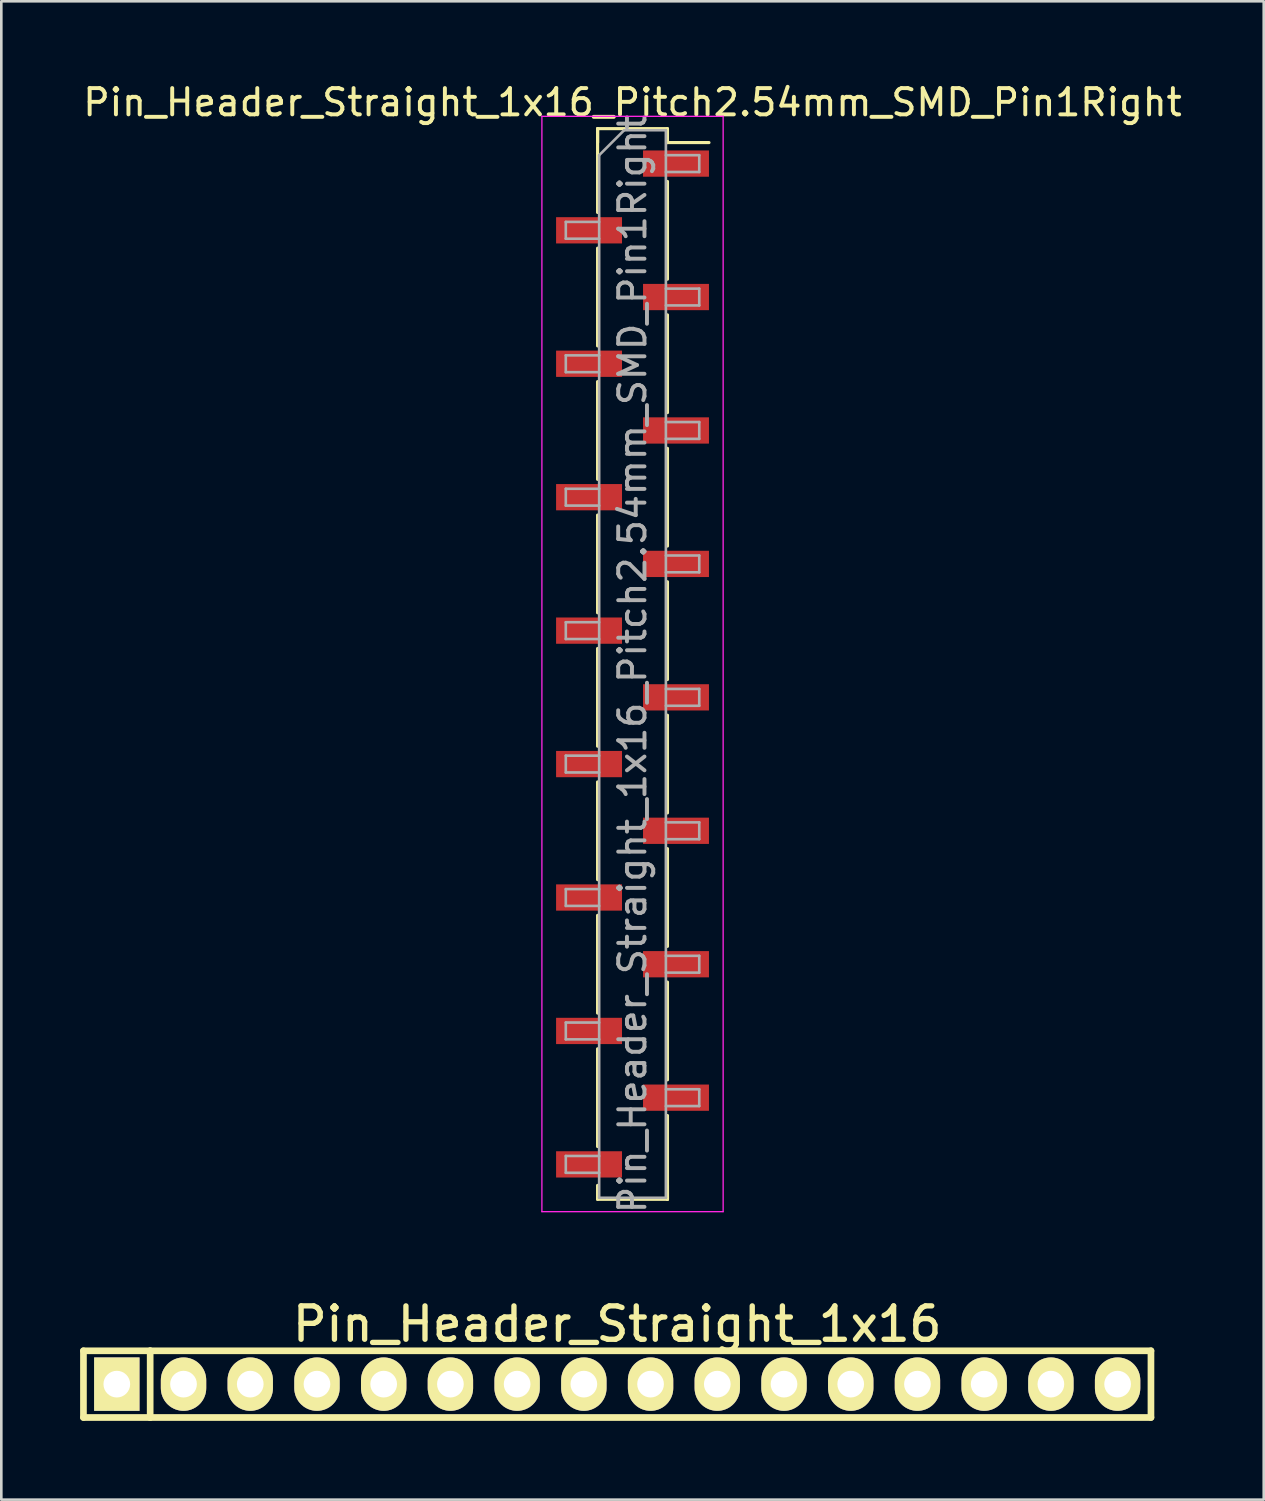
<source format=kicad_pcb>
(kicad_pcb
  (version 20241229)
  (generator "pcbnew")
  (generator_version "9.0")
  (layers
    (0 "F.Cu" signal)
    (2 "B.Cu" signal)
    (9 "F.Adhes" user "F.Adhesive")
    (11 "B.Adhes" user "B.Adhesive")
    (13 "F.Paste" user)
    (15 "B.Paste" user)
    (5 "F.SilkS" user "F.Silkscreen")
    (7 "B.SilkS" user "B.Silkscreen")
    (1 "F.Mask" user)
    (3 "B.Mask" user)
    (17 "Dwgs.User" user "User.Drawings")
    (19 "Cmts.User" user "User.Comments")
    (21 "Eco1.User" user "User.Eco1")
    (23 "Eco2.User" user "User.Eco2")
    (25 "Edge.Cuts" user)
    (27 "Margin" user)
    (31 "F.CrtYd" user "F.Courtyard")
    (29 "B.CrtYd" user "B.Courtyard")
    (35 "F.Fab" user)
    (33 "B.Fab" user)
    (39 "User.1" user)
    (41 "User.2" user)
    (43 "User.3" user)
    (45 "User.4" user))
  (footprint "Pin_Header_Straight_1x16_Pitch2.54mm_SMD_Pin1Right"
    (layer "F.Cu")
    (at 21.03 22.228)
    (property "Reference" "Pin_Header_Straight_1x16_Pitch2.54mm_SMD_Pin1Right" (at 0 -21.38 0) (layer "F.SilkS") (effects (font (size 1 1) (thickness 0.15))))
    (attr smd)
    (fp_line (start -1.33 -20.38) (end -1.33 -17.19) (stroke (width 0.12) (type solid)) (layer "F.SilkS"))
    (fp_line (start -1.33 -20.38) (end 1.33 -20.38) (stroke (width 0.12) (type solid)) (layer "F.SilkS"))
    (fp_line (start -1.33 -19.85) (end -1.33 -20.38) (stroke (width 0.12) (type solid)) (layer "F.SilkS"))
    (fp_line (start -1.33 -15.83) (end -1.33 -12.11) (stroke (width 0.12) (type solid)) (layer "F.SilkS"))
    (fp_line (start -1.33 -10.75) (end -1.33 -7.03) (stroke (width 0.12) (type solid)) (layer "F.SilkS"))
    (fp_line (start -1.33 -5.67) (end -1.33 -1.95) (stroke (width 0.12) (type solid)) (layer "F.SilkS"))
    (fp_line (start -1.33 -0.59) (end -1.33 3.13) (stroke (width 0.12) (type solid)) (layer "F.SilkS"))
    (fp_line (start -1.33 4.49) (end -1.33 8.21) (stroke (width 0.12) (type solid)) (layer "F.SilkS"))
    (fp_line (start -1.33 9.57) (end -1.33 13.29) (stroke (width 0.12) (type solid)) (layer "F.SilkS"))
    (fp_line (start -1.33 14.65) (end -1.33 18.37) (stroke (width 0.12) (type solid)) (layer "F.SilkS"))
    (fp_line (start -1.33 19.85) (end -1.33 20.38) (stroke (width 0.12) (type solid)) (layer "F.SilkS"))
    (fp_line (start -1.33 20.38) (end 1.33 20.38) (stroke (width 0.12) (type solid)) (layer "F.SilkS"))
    (fp_line (start 1.33 -20.38) (end 1.33 -19.85) (stroke (width 0.12) (type solid)) (layer "F.SilkS"))
    (fp_line (start 1.33 -19.85) (end 2.91 -19.85) (stroke (width 0.12) (type solid)) (layer "F.SilkS"))
    (fp_line (start 1.33 -18.37) (end 1.33 -14.65) (stroke (width 0.12) (type solid)) (layer "F.SilkS"))
    (fp_line (start 1.33 -13.29) (end 1.33 -9.57) (stroke (width 0.12) (type solid)) (layer "F.SilkS"))
    (fp_line (start 1.33 -8.21) (end 1.33 -4.49) (stroke (width 0.12) (type solid)) (layer "F.SilkS"))
    (fp_line (start 1.33 -3.13) (end 1.33 0.59) (stroke (width 0.12) (type solid)) (layer "F.SilkS"))
    (fp_line (start 1.33 1.95) (end 1.33 5.67) (stroke (width 0.12) (type solid)) (layer "F.SilkS"))
    (fp_line (start 1.33 7.03) (end 1.33 10.75) (stroke (width 0.12) (type solid)) (layer "F.SilkS"))
    (fp_line (start 1.33 12.11) (end 1.33 15.83) (stroke (width 0.12) (type solid)) (layer "F.SilkS"))
    (fp_line (start 1.33 17.19) (end 1.33 20.38) (stroke (width 0.12) (type solid)) (layer "F.SilkS"))
    (fp_line (start 1.33 20.38) (end 1.33 19.85) (stroke (width 0.12) (type solid)) (layer "F.SilkS"))
    (fp_line (start -3.45 -20.85) (end -3.45 20.85) (stroke (width 0.05) (type solid)) (layer "F.CrtYd"))
    (fp_line (start -3.45 20.85) (end 3.45 20.85) (stroke (width 0.05) (type solid)) (layer "F.CrtYd"))
    (fp_line (start 3.45 -20.85) (end -3.45 -20.85) (stroke (width 0.05) (type solid)) (layer "F.CrtYd"))
    (fp_line (start 3.45 20.85) (end 3.45 -20.85) (stroke (width 0.05) (type solid)) (layer "F.CrtYd"))
    (fp_line (start -2.54 -16.83) (end -2.54 -16.19) (stroke (width 0.1) (type solid)) (layer "F.Fab"))
    (fp_line (start -2.54 -16.19) (end -1.27 -16.19) (stroke (width 0.1) (type solid)) (layer "F.Fab"))
    (fp_line (start -2.54 -11.75) (end -2.54 -11.11) (stroke (width 0.1) (type solid)) (layer "F.Fab"))
    (fp_line (start -2.54 -11.11) (end -1.27 -11.11) (stroke (width 0.1) (type solid)) (layer "F.Fab"))
    (fp_line (start -2.54 -6.67) (end -2.54 -6.03) (stroke (width 0.1) (type solid)) (layer "F.Fab"))
    (fp_line (start -2.54 -6.03) (end -1.27 -6.03) (stroke (width 0.1) (type solid)) (layer "F.Fab"))
    (fp_line (start -2.54 -1.59) (end -2.54 -0.95) (stroke (width 0.1) (type solid)) (layer "F.Fab"))
    (fp_line (start -2.54 -0.95) (end -1.27 -0.95) (stroke (width 0.1) (type solid)) (layer "F.Fab"))
    (fp_line (start -2.54 3.49) (end -2.54 4.13) (stroke (width 0.1) (type solid)) (layer "F.Fab"))
    (fp_line (start -2.54 4.13) (end -1.27 4.13) (stroke (width 0.1) (type solid)) (layer "F.Fab"))
    (fp_line (start -2.54 8.57) (end -2.54 9.21) (stroke (width 0.1) (type solid)) (layer "F.Fab"))
    (fp_line (start -2.54 9.21) (end -1.27 9.21) (stroke (width 0.1) (type solid)) (layer "F.Fab"))
    (fp_line (start -2.54 13.65) (end -2.54 14.29) (stroke (width 0.1) (type solid)) (layer "F.Fab"))
    (fp_line (start -2.54 14.29) (end -1.27 14.29) (stroke (width 0.1) (type solid)) (layer "F.Fab"))
    (fp_line (start -2.54 18.73) (end -2.54 19.37) (stroke (width 0.1) (type solid)) (layer "F.Fab"))
    (fp_line (start -2.54 19.37) (end -1.27 19.37) (stroke (width 0.1) (type solid)) (layer "F.Fab"))
    (fp_line (start -1.27 -19.37) (end -0.32 -20.32) (stroke (width 0.1) (type solid)) (layer "F.Fab"))
    (fp_line (start -1.27 -16.83) (end -2.54 -16.83) (stroke (width 0.1) (type solid)) (layer "F.Fab"))
    (fp_line (start -1.27 -11.75) (end -2.54 -11.75) (stroke (width 0.1) (type solid)) (layer "F.Fab"))
    (fp_line (start -1.27 -6.67) (end -2.54 -6.67) (stroke (width 0.1) (type solid)) (layer "F.Fab"))
    (fp_line (start -1.27 -1.59) (end -2.54 -1.59) (stroke (width 0.1) (type solid)) (layer "F.Fab"))
    (fp_line (start -1.27 3.49) (end -2.54 3.49) (stroke (width 0.1) (type solid)) (layer "F.Fab"))
    (fp_line (start -1.27 8.57) (end -2.54 8.57) (stroke (width 0.1) (type solid)) (layer "F.Fab"))
    (fp_line (start -1.27 13.65) (end -2.54 13.65) (stroke (width 0.1) (type solid)) (layer "F.Fab"))
    (fp_line (start -1.27 18.73) (end -2.54 18.73) (stroke (width 0.1) (type solid)) (layer "F.Fab"))
    (fp_line (start -1.27 20.32) (end -1.27 -19.37) (stroke (width 0.1) (type solid)) (layer "F.Fab"))
    (fp_line (start -0.32 -20.32) (end 1.27 -20.32) (stroke (width 0.1) (type solid)) (layer "F.Fab"))
    (fp_line (start 1.27 -20.32) (end 1.27 20.32) (stroke (width 0.1) (type solid)) (layer "F.Fab"))
    (fp_line (start 1.27 -19.37) (end 2.54 -19.37) (stroke (width 0.1) (type solid)) (layer "F.Fab"))
    (fp_line (start 1.27 -14.29) (end 2.54 -14.29) (stroke (width 0.1) (type solid)) (layer "F.Fab"))
    (fp_line (start 1.27 -9.21) (end 2.54 -9.21) (stroke (width 0.1) (type solid)) (layer "F.Fab"))
    (fp_line (start 1.27 -4.13) (end 2.54 -4.13) (stroke (width 0.1) (type solid)) (layer "F.Fab"))
    (fp_line (start 1.27 0.95) (end 2.54 0.95) (stroke (width 0.1) (type solid)) (layer "F.Fab"))
    (fp_line (start 1.27 6.03) (end 2.54 6.03) (stroke (width 0.1) (type solid)) (layer "F.Fab"))
    (fp_line (start 1.27 11.11) (end 2.54 11.11) (stroke (width 0.1) (type solid)) (layer "F.Fab"))
    (fp_line (start 1.27 16.19) (end 2.54 16.19) (stroke (width 0.1) (type solid)) (layer "F.Fab"))
    (fp_line (start 1.27 20.32) (end -1.27 20.32) (stroke (width 0.1) (type solid)) (layer "F.Fab"))
    (fp_line (start 2.54 -19.37) (end 2.54 -18.73) (stroke (width 0.1) (type solid)) (layer "F.Fab"))
    (fp_line (start 2.54 -18.73) (end 1.27 -18.73) (stroke (width 0.1) (type solid)) (layer "F.Fab"))
    (fp_line (start 2.54 -14.29) (end 2.54 -13.65) (stroke (width 0.1) (type solid)) (layer "F.Fab"))
    (fp_line (start 2.54 -13.65) (end 1.27 -13.65) (stroke (width 0.1) (type solid)) (layer "F.Fab"))
    (fp_line (start 2.54 -9.21) (end 2.54 -8.57) (stroke (width 0.1) (type solid)) (layer "F.Fab"))
    (fp_line (start 2.54 -8.57) (end 1.27 -8.57) (stroke (width 0.1) (type solid)) (layer "F.Fab"))
    (fp_line (start 2.54 -4.13) (end 2.54 -3.49) (stroke (width 0.1) (type solid)) (layer "F.Fab"))
    (fp_line (start 2.54 -3.49) (end 1.27 -3.49) (stroke (width 0.1) (type solid)) (layer "F.Fab"))
    (fp_line (start 2.54 0.95) (end 2.54 1.59) (stroke (width 0.1) (type solid)) (layer "F.Fab"))
    (fp_line (start 2.54 1.59) (end 1.27 1.59) (stroke (width 0.1) (type solid)) (layer "F.Fab"))
    (fp_line (start 2.54 6.03) (end 2.54 6.67) (stroke (width 0.1) (type solid)) (layer "F.Fab"))
    (fp_line (start 2.54 6.67) (end 1.27 6.67) (stroke (width 0.1) (type solid)) (layer "F.Fab"))
    (fp_line (start 2.54 11.11) (end 2.54 11.75) (stroke (width 0.1) (type solid)) (layer "F.Fab"))
    (fp_line (start 2.54 11.75) (end 1.27 11.75) (stroke (width 0.1) (type solid)) (layer "F.Fab"))
    (fp_line (start 2.54 16.19) (end 2.54 16.83) (stroke (width 0.1) (type solid)) (layer "F.Fab"))
    (fp_line (start 2.54 16.83) (end 1.27 16.83) (stroke (width 0.1) (type solid)) (layer "F.Fab"))
    (fp_text user "${REFERENCE}" (at 0 0 90) (layer "F.Fab") (effects (font (size 1 1) (thickness 0.15))))
    (pad "1" smd rect (at 1.655 -19.05) (size 2.51 1) (layers "F.Cu" "F.Mask" "F.Paste"))
    (pad "2" smd rect (at -1.655 -16.51) (size 2.51 1) (layers "F.Cu" "F.Mask" "F.Paste"))
    (pad "3" smd rect (at 1.655 -13.97) (size 2.51 1) (layers "F.Cu" "F.Mask" "F.Paste"))
    (pad "4" smd rect (at -1.655 -11.43) (size 2.51 1) (layers "F.Cu" "F.Mask" "F.Paste"))
    (pad "5" smd rect (at 1.655 -8.89) (size 2.51 1) (layers "F.Cu" "F.Mask" "F.Paste"))
    (pad "6" smd rect (at -1.655 -6.35) (size 2.51 1) (layers "F.Cu" "F.Mask" "F.Paste"))
    (pad "7" smd rect (at 1.655 -3.81) (size 2.51 1) (layers "F.Cu" "F.Mask" "F.Paste"))
    (pad "8" smd rect (at -1.655 -1.27) (size 2.51 1) (layers "F.Cu" "F.Mask" "F.Paste"))
    (pad "9" smd rect (at 1.655 1.27) (size 2.51 1) (layers "F.Cu" "F.Mask" "F.Paste"))
    (pad "10" smd rect (at -1.655 3.81) (size 2.51 1) (layers "F.Cu" "F.Mask" "F.Paste"))
    (pad "11" smd rect (at 1.655 6.35) (size 2.51 1) (layers "F.Cu" "F.Mask" "F.Paste"))
    (pad "12" smd rect (at -1.655 8.89) (size 2.51 1) (layers "F.Cu" "F.Mask" "F.Paste"))
    (pad "13" smd rect (at 1.655 11.43) (size 2.51 1) (layers "F.Cu" "F.Mask" "F.Paste"))
    (pad "14" smd rect (at -1.655 13.97) (size 2.51 1) (layers "F.Cu" "F.Mask" "F.Paste"))
    (pad "15" smd rect (at 1.655 16.51) (size 2.51 1) (layers "F.Cu" "F.Mask" "F.Paste"))
    (pad "16" smd rect (at -1.655 19.05) (size 2.51 1) (layers "F.Cu" "F.Mask" "F.Paste")))
  (footprint "Pin_Header_Straight_1x16"
    (layer "F.Cu")
    (at 20.447 49.644)
    (property "Reference" "Pin_Header_Straight_1x16" (at 0 -2.286 0) (layer "F.SilkS") (effects (font (size 1.27 1.27) (thickness 0.203))))
    (attr through_hole)
    (fp_line (start -20.32 -1.27) (end -20.32 1.27) (stroke (width 0.254) (type solid)) (layer "F.SilkS"))
    (fp_line (start -20.32 -1.27) (end -17.78 -1.27) (stroke (width 0.254) (type solid)) (layer "F.SilkS"))
    (fp_line (start -20.32 1.27) (end -17.78 1.27) (stroke (width 0.254) (type solid)) (layer "F.SilkS"))
    (fp_line (start -17.78 -1.27) (end -17.78 1.27) (stroke (width 0.254) (type solid)) (layer "F.SilkS"))
    (fp_line (start -17.78 1.27) (end 20.32 1.27) (stroke (width 0.254) (type solid)) (layer "F.SilkS"))
    (fp_line (start 20.32 -1.27) (end -17.78 -1.27) (stroke (width 0.254) (type solid)) (layer "F.SilkS"))
    (fp_line (start 20.32 1.27) (end 20.32 -1.27) (stroke (width 0.254) (type solid)) (layer "F.SilkS"))
    (pad "1" thru_hole rect (at -19.05 0) (size 1.727 2.032) (drill 1.016) (layers "*.Cu" "*.Mask" "F.SilkS"))
    (pad "2" thru_hole oval (at -16.51 0) (size 1.727 2.032) (drill 1.016) (layers "*.Cu" "*.Mask" "F.SilkS"))
    (pad "3" thru_hole oval (at -13.97 0) (size 1.727 2.032) (drill 1.016) (layers "*.Cu" "*.Mask" "F.SilkS"))
    (pad "4" thru_hole oval (at -11.43 0) (size 1.727 2.032) (drill 1.016) (layers "*.Cu" "*.Mask" "F.SilkS"))
    (pad "5" thru_hole oval (at -8.89 0) (size 1.727 2.032) (drill 1.016) (layers "*.Cu" "*.Mask" "F.SilkS"))
    (pad "6" thru_hole oval (at -6.35 0) (size 1.727 2.032) (drill 1.016) (layers "*.Cu" "*.Mask" "F.SilkS"))
    (pad "7" thru_hole oval (at -3.81 0) (size 1.727 2.032) (drill 1.016) (layers "*.Cu" "*.Mask" "F.SilkS"))
    (pad "8" thru_hole oval (at -1.27 0) (size 1.727 2.032) (drill 1.016) (layers "*.Cu" "*.Mask" "F.SilkS"))
    (pad "9" thru_hole oval (at 1.27 0) (size 1.727 2.032) (drill 1.016) (layers "*.Cu" "*.Mask" "F.SilkS"))
    (pad "10" thru_hole oval (at 3.81 0) (size 1.727 2.032) (drill 1.016) (layers "*.Cu" "*.Mask" "F.SilkS"))
    (pad "11" thru_hole oval (at 6.35 0) (size 1.727 2.032) (drill 1.016) (layers "*.Cu" "*.Mask" "F.SilkS"))
    (pad "12" thru_hole oval (at 8.89 0) (size 1.727 2.032) (drill 1.016) (layers "*.Cu" "*.Mask" "F.SilkS"))
    (pad "13" thru_hole oval (at 11.43 0) (size 1.727 2.032) (drill 1.016) (layers "*.Cu" "*.Mask" "F.SilkS"))
    (pad "14" thru_hole oval (at 13.97 0) (size 1.727 2.032) (drill 1.016) (layers "*.Cu" "*.Mask" "F.SilkS"))
    (pad "15" thru_hole oval (at 16.51 0) (size 1.727 2.032) (drill 1.016) (layers "*.Cu" "*.Mask" "F.SilkS"))
    (pad "16" thru_hole oval (at 19.05 0) (size 1.727 2.032) (drill 1.016) (layers "*.Cu" "*.Mask" "F.SilkS")))
  (gr_rect
    (start -3 -3)
    (end 45.06 54.041)
    (stroke (width 0.1) (type default))
    (fill no)
    (layer "Edge.Cuts")))
</source>
